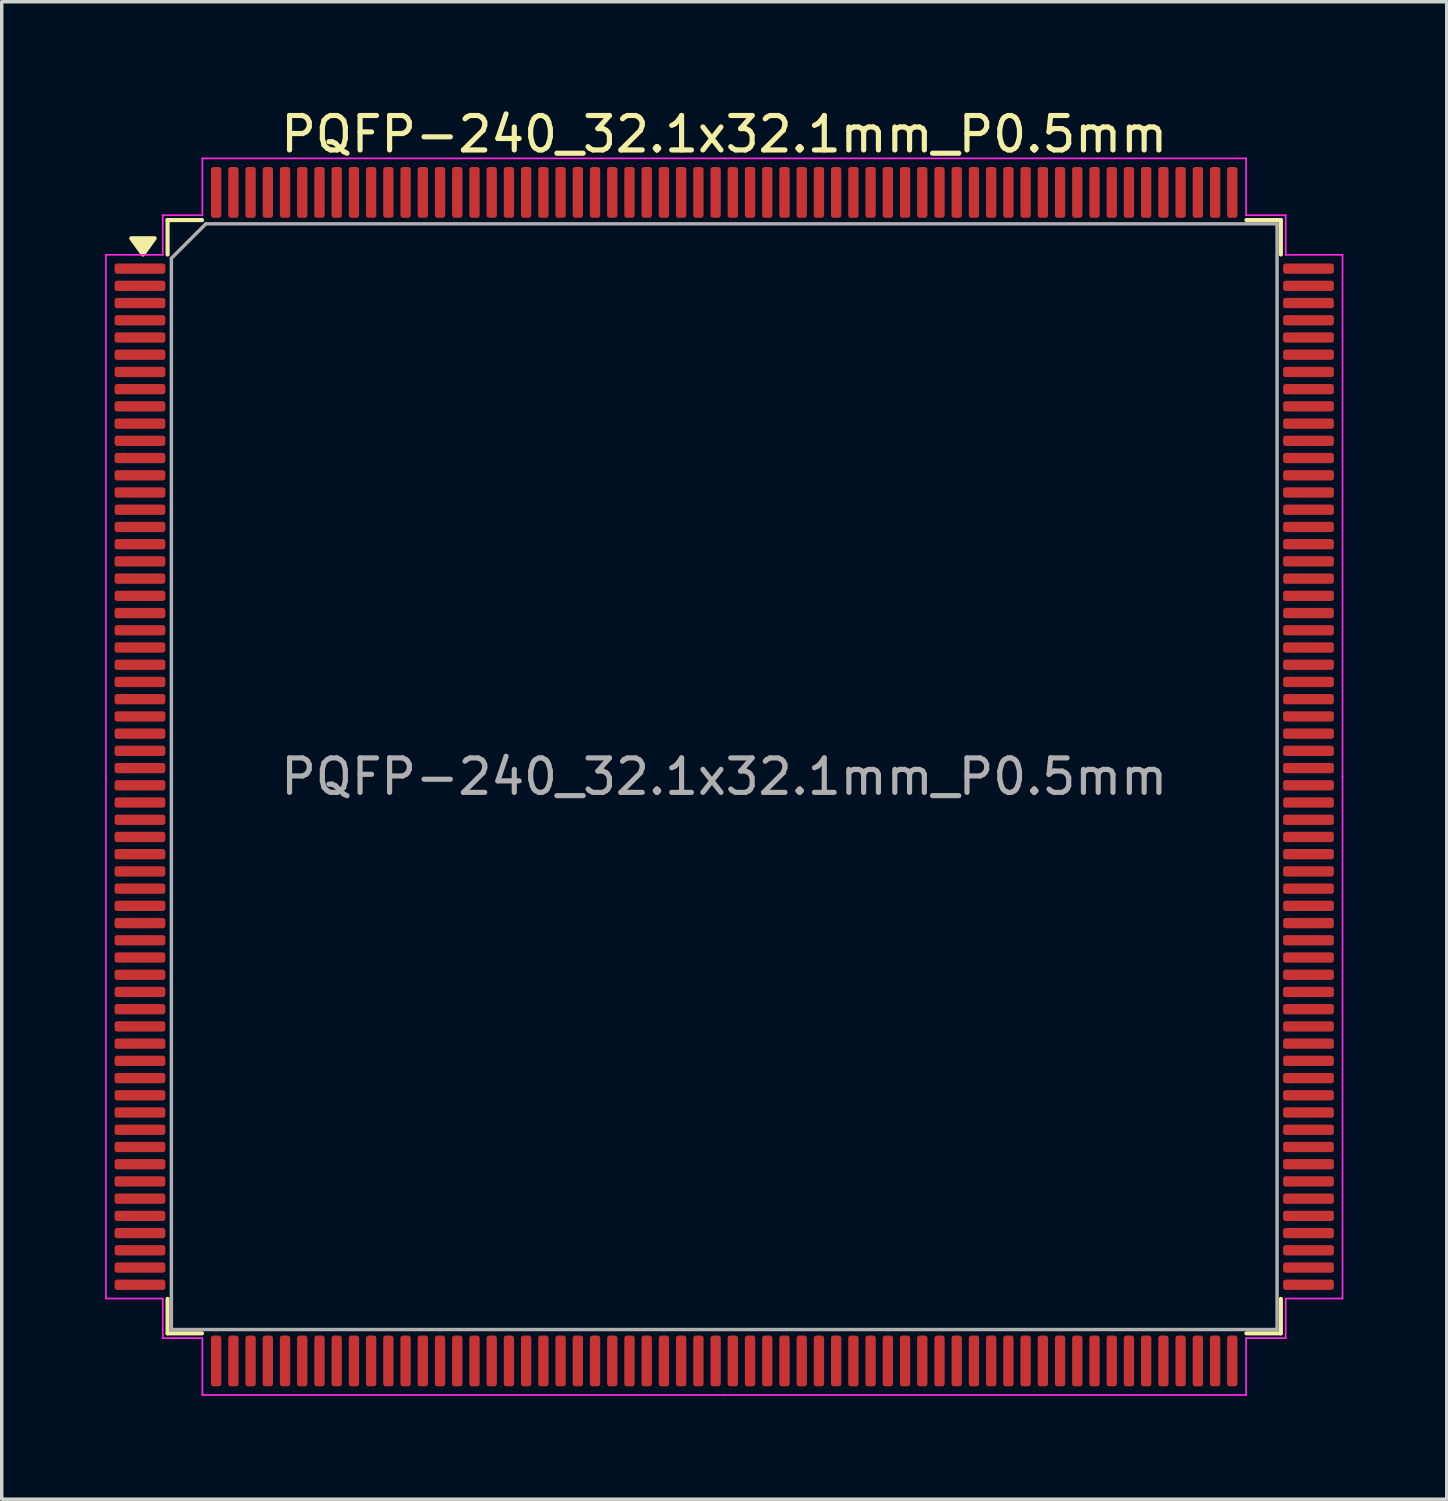
<source format=kicad_pcb>
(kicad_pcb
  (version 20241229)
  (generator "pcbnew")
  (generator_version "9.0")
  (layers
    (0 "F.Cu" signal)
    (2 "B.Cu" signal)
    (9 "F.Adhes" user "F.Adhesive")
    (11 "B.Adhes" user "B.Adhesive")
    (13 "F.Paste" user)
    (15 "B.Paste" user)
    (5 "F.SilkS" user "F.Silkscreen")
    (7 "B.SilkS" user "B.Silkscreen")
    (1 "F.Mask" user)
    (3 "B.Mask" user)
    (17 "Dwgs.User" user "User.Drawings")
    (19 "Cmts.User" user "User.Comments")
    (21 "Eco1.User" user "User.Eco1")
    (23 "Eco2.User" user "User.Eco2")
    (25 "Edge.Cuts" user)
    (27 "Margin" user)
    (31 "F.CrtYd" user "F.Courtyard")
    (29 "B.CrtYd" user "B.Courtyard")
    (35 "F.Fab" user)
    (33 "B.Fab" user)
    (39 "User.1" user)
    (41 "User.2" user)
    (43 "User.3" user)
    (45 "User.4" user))
  (footprint "PQFP-240_32.1x32.1mm_P0.5mm"
    (layer "F.Cu")
    (at 17.975 19.498)
    (property "Reference" "PQFP-240_32.1x32.1mm_P0.5mm" (at 0 -18.65 0) (layer "F.SilkS") (effects (font (size 1 1) (thickness 0.15))))
    (attr smd)
    (fp_line (start -16.16 -16.16) (end -16.16 -15.16) (stroke (width 0.12) (type solid)) (layer "F.SilkS"))
    (fp_line (start -16.16 16.16) (end -16.16 15.16) (stroke (width 0.12) (type solid)) (layer "F.SilkS"))
    (fp_line (start -15.16 -16.16) (end -16.16 -16.16) (stroke (width 0.12) (type solid)) (layer "F.SilkS"))
    (fp_line (start -15.16 16.16) (end -16.16 16.16) (stroke (width 0.12) (type solid)) (layer "F.SilkS"))
    (fp_line (start 15.16 -16.16) (end 16.16 -16.16) (stroke (width 0.12) (type solid)) (layer "F.SilkS"))
    (fp_line (start 15.16 16.16) (end 16.16 16.16) (stroke (width 0.12) (type solid)) (layer "F.SilkS"))
    (fp_line (start 16.16 -16.16) (end 16.16 -15.16) (stroke (width 0.12) (type solid)) (layer "F.SilkS"))
    (fp_line (start 16.16 16.16) (end 16.16 15.16) (stroke (width 0.12) (type solid)) (layer "F.SilkS"))
    (fp_poly (pts (xy -16.875 -15.16) (xy -17.215 -15.63) (xy -16.535 -15.63) (xy -16.875 -15.16)) (stroke (width 0.12) (type solid)) (fill yes) (layer "F.SilkS"))
    (fp_line (start -17.95 -15.15) (end -17.95 0) (stroke (width 0.05) (type solid)) (layer "F.CrtYd"))
    (fp_line (start -17.95 15.15) (end -17.95 0) (stroke (width 0.05) (type solid)) (layer "F.CrtYd"))
    (fp_line (start -16.3 -16.3) (end -16.3 -15.15) (stroke (width 0.05) (type solid)) (layer "F.CrtYd"))
    (fp_line (start -16.3 -15.15) (end -17.95 -15.15) (stroke (width 0.05) (type solid)) (layer "F.CrtYd"))
    (fp_line (start -16.3 15.15) (end -17.95 15.15) (stroke (width 0.05) (type solid)) (layer "F.CrtYd"))
    (fp_line (start -16.3 16.3) (end -16.3 15.15) (stroke (width 0.05) (type solid)) (layer "F.CrtYd"))
    (fp_line (start -15.15 -17.95) (end -15.15 -16.3) (stroke (width 0.05) (type solid)) (layer "F.CrtYd"))
    (fp_line (start -15.15 -16.3) (end -16.3 -16.3) (stroke (width 0.05) (type solid)) (layer "F.CrtYd"))
    (fp_line (start -15.15 16.3) (end -16.3 16.3) (stroke (width 0.05) (type solid)) (layer "F.CrtYd"))
    (fp_line (start -15.15 17.95) (end -15.15 16.3) (stroke (width 0.05) (type solid)) (layer "F.CrtYd"))
    (fp_line (start 0 -17.95) (end -15.15 -17.95) (stroke (width 0.05) (type solid)) (layer "F.CrtYd"))
    (fp_line (start 0 -17.95) (end 15.15 -17.95) (stroke (width 0.05) (type solid)) (layer "F.CrtYd"))
    (fp_line (start 0 17.95) (end -15.15 17.95) (stroke (width 0.05) (type solid)) (layer "F.CrtYd"))
    (fp_line (start 0 17.95) (end 15.15 17.95) (stroke (width 0.05) (type solid)) (layer "F.CrtYd"))
    (fp_line (start 15.15 -17.95) (end 15.15 -16.3) (stroke (width 0.05) (type solid)) (layer "F.CrtYd"))
    (fp_line (start 15.15 -16.3) (end 16.3 -16.3) (stroke (width 0.05) (type solid)) (layer "F.CrtYd"))
    (fp_line (start 15.15 16.3) (end 16.3 16.3) (stroke (width 0.05) (type solid)) (layer "F.CrtYd"))
    (fp_line (start 15.15 17.95) (end 15.15 16.3) (stroke (width 0.05) (type solid)) (layer "F.CrtYd"))
    (fp_line (start 16.3 -16.3) (end 16.3 -15.15) (stroke (width 0.05) (type solid)) (layer "F.CrtYd"))
    (fp_line (start 16.3 -15.15) (end 17.95 -15.15) (stroke (width 0.05) (type solid)) (layer "F.CrtYd"))
    (fp_line (start 16.3 15.15) (end 17.95 15.15) (stroke (width 0.05) (type solid)) (layer "F.CrtYd"))
    (fp_line (start 16.3 16.3) (end 16.3 15.15) (stroke (width 0.05) (type solid)) (layer "F.CrtYd"))
    (fp_line (start 17.95 -15.15) (end 17.95 0) (stroke (width 0.05) (type solid)) (layer "F.CrtYd"))
    (fp_line (start 17.95 15.15) (end 17.95 0) (stroke (width 0.05) (type solid)) (layer "F.CrtYd"))
    (fp_line (start -16.05 -15.05) (end -15.05 -16.05) (stroke (width 0.1) (type solid)) (layer "F.Fab"))
    (fp_line (start -16.05 16.05) (end -16.05 -15.05) (stroke (width 0.1) (type solid)) (layer "F.Fab"))
    (fp_line (start -15.05 -16.05) (end 16.05 -16.05) (stroke (width 0.1) (type solid)) (layer "F.Fab"))
    (fp_line (start 16.05 -16.05) (end 16.05 16.05) (stroke (width 0.1) (type solid)) (layer "F.Fab"))
    (fp_line (start 16.05 16.05) (end -16.05 16.05) (stroke (width 0.1) (type solid)) (layer "F.Fab"))
    (fp_text user "${REFERENCE}" (at 0 0 0) (layer "F.Fab") (effects (font (size 1 1) (thickness 0.15))))
    (pad "1" smd roundrect (at -16.962 -14.75) (size 1.475 0.3) (layers "F.Cu" "F.Mask" "F.Paste") (roundrect_rratio 0.25))
    (pad "2" smd roundrect (at -16.962 -14.25) (size 1.475 0.3) (layers "F.Cu" "F.Mask" "F.Paste") (roundrect_rratio 0.25))
    (pad "3" smd roundrect (at -16.962 -13.75) (size 1.475 0.3) (layers "F.Cu" "F.Mask" "F.Paste") (roundrect_rratio 0.25))
    (pad "4" smd roundrect (at -16.962 -13.25) (size 1.475 0.3) (layers "F.Cu" "F.Mask" "F.Paste") (roundrect_rratio 0.25))
    (pad "5" smd roundrect (at -16.962 -12.75) (size 1.475 0.3) (layers "F.Cu" "F.Mask" "F.Paste") (roundrect_rratio 0.25))
    (pad "6" smd roundrect (at -16.962 -12.25) (size 1.475 0.3) (layers "F.Cu" "F.Mask" "F.Paste") (roundrect_rratio 0.25))
    (pad "7" smd roundrect (at -16.962 -11.75) (size 1.475 0.3) (layers "F.Cu" "F.Mask" "F.Paste") (roundrect_rratio 0.25))
    (pad "8" smd roundrect (at -16.962 -11.25) (size 1.475 0.3) (layers "F.Cu" "F.Mask" "F.Paste") (roundrect_rratio 0.25))
    (pad "9" smd roundrect (at -16.962 -10.75) (size 1.475 0.3) (layers "F.Cu" "F.Mask" "F.Paste") (roundrect_rratio 0.25))
    (pad "10" smd roundrect (at -16.962 -10.25) (size 1.475 0.3) (layers "F.Cu" "F.Mask" "F.Paste") (roundrect_rratio 0.25))
    (pad "11" smd roundrect (at -16.962 -9.75) (size 1.475 0.3) (layers "F.Cu" "F.Mask" "F.Paste") (roundrect_rratio 0.25))
    (pad "12" smd roundrect (at -16.962 -9.25) (size 1.475 0.3) (layers "F.Cu" "F.Mask" "F.Paste") (roundrect_rratio 0.25))
    (pad "13" smd roundrect (at -16.962 -8.75) (size 1.475 0.3) (layers "F.Cu" "F.Mask" "F.Paste") (roundrect_rratio 0.25))
    (pad "14" smd roundrect (at -16.962 -8.25) (size 1.475 0.3) (layers "F.Cu" "F.Mask" "F.Paste") (roundrect_rratio 0.25))
    (pad "15" smd roundrect (at -16.962 -7.75) (size 1.475 0.3) (layers "F.Cu" "F.Mask" "F.Paste") (roundrect_rratio 0.25))
    (pad "16" smd roundrect (at -16.962 -7.25) (size 1.475 0.3) (layers "F.Cu" "F.Mask" "F.Paste") (roundrect_rratio 0.25))
    (pad "17" smd roundrect (at -16.962 -6.75) (size 1.475 0.3) (layers "F.Cu" "F.Mask" "F.Paste") (roundrect_rratio 0.25))
    (pad "18" smd roundrect (at -16.962 -6.25) (size 1.475 0.3) (layers "F.Cu" "F.Mask" "F.Paste") (roundrect_rratio 0.25))
    (pad "19" smd roundrect (at -16.962 -5.75) (size 1.475 0.3) (layers "F.Cu" "F.Mask" "F.Paste") (roundrect_rratio 0.25))
    (pad "20" smd roundrect (at -16.962 -5.25) (size 1.475 0.3) (layers "F.Cu" "F.Mask" "F.Paste") (roundrect_rratio 0.25))
    (pad "21" smd roundrect (at -16.962 -4.75) (size 1.475 0.3) (layers "F.Cu" "F.Mask" "F.Paste") (roundrect_rratio 0.25))
    (pad "22" smd roundrect (at -16.962 -4.25) (size 1.475 0.3) (layers "F.Cu" "F.Mask" "F.Paste") (roundrect_rratio 0.25))
    (pad "23" smd roundrect (at -16.962 -3.75) (size 1.475 0.3) (layers "F.Cu" "F.Mask" "F.Paste") (roundrect_rratio 0.25))
    (pad "24" smd roundrect (at -16.962 -3.25) (size 1.475 0.3) (layers "F.Cu" "F.Mask" "F.Paste") (roundrect_rratio 0.25))
    (pad "25" smd roundrect (at -16.962 -2.75) (size 1.475 0.3) (layers "F.Cu" "F.Mask" "F.Paste") (roundrect_rratio 0.25))
    (pad "26" smd roundrect (at -16.962 -2.25) (size 1.475 0.3) (layers "F.Cu" "F.Mask" "F.Paste") (roundrect_rratio 0.25))
    (pad "27" smd roundrect (at -16.962 -1.75) (size 1.475 0.3) (layers "F.Cu" "F.Mask" "F.Paste") (roundrect_rratio 0.25))
    (pad "28" smd roundrect (at -16.962 -1.25) (size 1.475 0.3) (layers "F.Cu" "F.Mask" "F.Paste") (roundrect_rratio 0.25))
    (pad "29" smd roundrect (at -16.962 -0.75) (size 1.475 0.3) (layers "F.Cu" "F.Mask" "F.Paste") (roundrect_rratio 0.25))
    (pad "30" smd roundrect (at -16.962 -0.25) (size 1.475 0.3) (layers "F.Cu" "F.Mask" "F.Paste") (roundrect_rratio 0.25))
    (pad "31" smd roundrect (at -16.962 0.25) (size 1.475 0.3) (layers "F.Cu" "F.Mask" "F.Paste") (roundrect_rratio 0.25))
    (pad "32" smd roundrect (at -16.962 0.75) (size 1.475 0.3) (layers "F.Cu" "F.Mask" "F.Paste") (roundrect_rratio 0.25))
    (pad "33" smd roundrect (at -16.962 1.25) (size 1.475 0.3) (layers "F.Cu" "F.Mask" "F.Paste") (roundrect_rratio 0.25))
    (pad "34" smd roundrect (at -16.962 1.75) (size 1.475 0.3) (layers "F.Cu" "F.Mask" "F.Paste") (roundrect_rratio 0.25))
    (pad "35" smd roundrect (at -16.962 2.25) (size 1.475 0.3) (layers "F.Cu" "F.Mask" "F.Paste") (roundrect_rratio 0.25))
    (pad "36" smd roundrect (at -16.962 2.75) (size 1.475 0.3) (layers "F.Cu" "F.Mask" "F.Paste") (roundrect_rratio 0.25))
    (pad "37" smd roundrect (at -16.962 3.25) (size 1.475 0.3) (layers "F.Cu" "F.Mask" "F.Paste") (roundrect_rratio 0.25))
    (pad "38" smd roundrect (at -16.962 3.75) (size 1.475 0.3) (layers "F.Cu" "F.Mask" "F.Paste") (roundrect_rratio 0.25))
    (pad "39" smd roundrect (at -16.962 4.25) (size 1.475 0.3) (layers "F.Cu" "F.Mask" "F.Paste") (roundrect_rratio 0.25))
    (pad "40" smd roundrect (at -16.962 4.75) (size 1.475 0.3) (layers "F.Cu" "F.Mask" "F.Paste") (roundrect_rratio 0.25))
    (pad "41" smd roundrect (at -16.962 5.25) (size 1.475 0.3) (layers "F.Cu" "F.Mask" "F.Paste") (roundrect_rratio 0.25))
    (pad "42" smd roundrect (at -16.962 5.75) (size 1.475 0.3) (layers "F.Cu" "F.Mask" "F.Paste") (roundrect_rratio 0.25))
    (pad "43" smd roundrect (at -16.962 6.25) (size 1.475 0.3) (layers "F.Cu" "F.Mask" "F.Paste") (roundrect_rratio 0.25))
    (pad "44" smd roundrect (at -16.962 6.75) (size 1.475 0.3) (layers "F.Cu" "F.Mask" "F.Paste") (roundrect_rratio 0.25))
    (pad "45" smd roundrect (at -16.962 7.25) (size 1.475 0.3) (layers "F.Cu" "F.Mask" "F.Paste") (roundrect_rratio 0.25))
    (pad "46" smd roundrect (at -16.962 7.75) (size 1.475 0.3) (layers "F.Cu" "F.Mask" "F.Paste") (roundrect_rratio 0.25))
    (pad "47" smd roundrect (at -16.962 8.25) (size 1.475 0.3) (layers "F.Cu" "F.Mask" "F.Paste") (roundrect_rratio 0.25))
    (pad "48" smd roundrect (at -16.962 8.75) (size 1.475 0.3) (layers "F.Cu" "F.Mask" "F.Paste") (roundrect_rratio 0.25))
    (pad "49" smd roundrect (at -16.962 9.25) (size 1.475 0.3) (layers "F.Cu" "F.Mask" "F.Paste") (roundrect_rratio 0.25))
    (pad "50" smd roundrect (at -16.962 9.75) (size 1.475 0.3) (layers "F.Cu" "F.Mask" "F.Paste") (roundrect_rratio 0.25))
    (pad "51" smd roundrect (at -16.962 10.25) (size 1.475 0.3) (layers "F.Cu" "F.Mask" "F.Paste") (roundrect_rratio 0.25))
    (pad "52" smd roundrect (at -16.962 10.75) (size 1.475 0.3) (layers "F.Cu" "F.Mask" "F.Paste") (roundrect_rratio 0.25))
    (pad "53" smd roundrect (at -16.962 11.25) (size 1.475 0.3) (layers "F.Cu" "F.Mask" "F.Paste") (roundrect_rratio 0.25))
    (pad "54" smd roundrect (at -16.962 11.75) (size 1.475 0.3) (layers "F.Cu" "F.Mask" "F.Paste") (roundrect_rratio 0.25))
    (pad "55" smd roundrect (at -16.962 12.25) (size 1.475 0.3) (layers "F.Cu" "F.Mask" "F.Paste") (roundrect_rratio 0.25))
    (pad "56" smd roundrect (at -16.962 12.75) (size 1.475 0.3) (layers "F.Cu" "F.Mask" "F.Paste") (roundrect_rratio 0.25))
    (pad "57" smd roundrect (at -16.962 13.25) (size 1.475 0.3) (layers "F.Cu" "F.Mask" "F.Paste") (roundrect_rratio 0.25))
    (pad "58" smd roundrect (at -16.962 13.75) (size 1.475 0.3) (layers "F.Cu" "F.Mask" "F.Paste") (roundrect_rratio 0.25))
    (pad "59" smd roundrect (at -16.962 14.25) (size 1.475 0.3) (layers "F.Cu" "F.Mask" "F.Paste") (roundrect_rratio 0.25))
    (pad "60" smd roundrect (at -16.962 14.75) (size 1.475 0.3) (layers "F.Cu" "F.Mask" "F.Paste") (roundrect_rratio 0.25))
    (pad "61" smd roundrect (at -14.75 16.962) (size 0.3 1.475) (layers "F.Cu" "F.Mask" "F.Paste") (roundrect_rratio 0.25))
    (pad "62" smd roundrect (at -14.25 16.962) (size 0.3 1.475) (layers "F.Cu" "F.Mask" "F.Paste") (roundrect_rratio 0.25))
    (pad "63" smd roundrect (at -13.75 16.962) (size 0.3 1.475) (layers "F.Cu" "F.Mask" "F.Paste") (roundrect_rratio 0.25))
    (pad "64" smd roundrect (at -13.25 16.962) (size 0.3 1.475) (layers "F.Cu" "F.Mask" "F.Paste") (roundrect_rratio 0.25))
    (pad "65" smd roundrect (at -12.75 16.962) (size 0.3 1.475) (layers "F.Cu" "F.Mask" "F.Paste") (roundrect_rratio 0.25))
    (pad "66" smd roundrect (at -12.25 16.962) (size 0.3 1.475) (layers "F.Cu" "F.Mask" "F.Paste") (roundrect_rratio 0.25))
    (pad "67" smd roundrect (at -11.75 16.962) (size 0.3 1.475) (layers "F.Cu" "F.Mask" "F.Paste") (roundrect_rratio 0.25))
    (pad "68" smd roundrect (at -11.25 16.962) (size 0.3 1.475) (layers "F.Cu" "F.Mask" "F.Paste") (roundrect_rratio 0.25))
    (pad "69" smd roundrect (at -10.75 16.962) (size 0.3 1.475) (layers "F.Cu" "F.Mask" "F.Paste") (roundrect_rratio 0.25))
    (pad "70" smd roundrect (at -10.25 16.962) (size 0.3 1.475) (layers "F.Cu" "F.Mask" "F.Paste") (roundrect_rratio 0.25))
    (pad "71" smd roundrect (at -9.75 16.962) (size 0.3 1.475) (layers "F.Cu" "F.Mask" "F.Paste") (roundrect_rratio 0.25))
    (pad "72" smd roundrect (at -9.25 16.962) (size 0.3 1.475) (layers "F.Cu" "F.Mask" "F.Paste") (roundrect_rratio 0.25))
    (pad "73" smd roundrect (at -8.75 16.962) (size 0.3 1.475) (layers "F.Cu" "F.Mask" "F.Paste") (roundrect_rratio 0.25))
    (pad "74" smd roundrect (at -8.25 16.962) (size 0.3 1.475) (layers "F.Cu" "F.Mask" "F.Paste") (roundrect_rratio 0.25))
    (pad "75" smd roundrect (at -7.75 16.962) (size 0.3 1.475) (layers "F.Cu" "F.Mask" "F.Paste") (roundrect_rratio 0.25))
    (pad "76" smd roundrect (at -7.25 16.962) (size 0.3 1.475) (layers "F.Cu" "F.Mask" "F.Paste") (roundrect_rratio 0.25))
    (pad "77" smd roundrect (at -6.75 16.962) (size 0.3 1.475) (layers "F.Cu" "F.Mask" "F.Paste") (roundrect_rratio 0.25))
    (pad "78" smd roundrect (at -6.25 16.962) (size 0.3 1.475) (layers "F.Cu" "F.Mask" "F.Paste") (roundrect_rratio 0.25))
    (pad "79" smd roundrect (at -5.75 16.962) (size 0.3 1.475) (layers "F.Cu" "F.Mask" "F.Paste") (roundrect_rratio 0.25))
    (pad "80" smd roundrect (at -5.25 16.962) (size 0.3 1.475) (layers "F.Cu" "F.Mask" "F.Paste") (roundrect_rratio 0.25))
    (pad "81" smd roundrect (at -4.75 16.962) (size 0.3 1.475) (layers "F.Cu" "F.Mask" "F.Paste") (roundrect_rratio 0.25))
    (pad "82" smd roundrect (at -4.25 16.962) (size 0.3 1.475) (layers "F.Cu" "F.Mask" "F.Paste") (roundrect_rratio 0.25))
    (pad "83" smd roundrect (at -3.75 16.962) (size 0.3 1.475) (layers "F.Cu" "F.Mask" "F.Paste") (roundrect_rratio 0.25))
    (pad "84" smd roundrect (at -3.25 16.962) (size 0.3 1.475) (layers "F.Cu" "F.Mask" "F.Paste") (roundrect_rratio 0.25))
    (pad "85" smd roundrect (at -2.75 16.962) (size 0.3 1.475) (layers "F.Cu" "F.Mask" "F.Paste") (roundrect_rratio 0.25))
    (pad "86" smd roundrect (at -2.25 16.962) (size 0.3 1.475) (layers "F.Cu" "F.Mask" "F.Paste") (roundrect_rratio 0.25))
    (pad "87" smd roundrect (at -1.75 16.962) (size 0.3 1.475) (layers "F.Cu" "F.Mask" "F.Paste") (roundrect_rratio 0.25))
    (pad "88" smd roundrect (at -1.25 16.962) (size 0.3 1.475) (layers "F.Cu" "F.Mask" "F.Paste") (roundrect_rratio 0.25))
    (pad "89" smd roundrect (at -0.75 16.962) (size 0.3 1.475) (layers "F.Cu" "F.Mask" "F.Paste") (roundrect_rratio 0.25))
    (pad "90" smd roundrect (at -0.25 16.962) (size 0.3 1.475) (layers "F.Cu" "F.Mask" "F.Paste") (roundrect_rratio 0.25))
    (pad "91" smd roundrect (at 0.25 16.962) (size 0.3 1.475) (layers "F.Cu" "F.Mask" "F.Paste") (roundrect_rratio 0.25))
    (pad "92" smd roundrect (at 0.75 16.962) (size 0.3 1.475) (layers "F.Cu" "F.Mask" "F.Paste") (roundrect_rratio 0.25))
    (pad "93" smd roundrect (at 1.25 16.962) (size 0.3 1.475) (layers "F.Cu" "F.Mask" "F.Paste") (roundrect_rratio 0.25))
    (pad "94" smd roundrect (at 1.75 16.962) (size 0.3 1.475) (layers "F.Cu" "F.Mask" "F.Paste") (roundrect_rratio 0.25))
    (pad "95" smd roundrect (at 2.25 16.962) (size 0.3 1.475) (layers "F.Cu" "F.Mask" "F.Paste") (roundrect_rratio 0.25))
    (pad "96" smd roundrect (at 2.75 16.962) (size 0.3 1.475) (layers "F.Cu" "F.Mask" "F.Paste") (roundrect_rratio 0.25))
    (pad "97" smd roundrect (at 3.25 16.962) (size 0.3 1.475) (layers "F.Cu" "F.Mask" "F.Paste") (roundrect_rratio 0.25))
    (pad "98" smd roundrect (at 3.75 16.962) (size 0.3 1.475) (layers "F.Cu" "F.Mask" "F.Paste") (roundrect_rratio 0.25))
    (pad "99" smd roundrect (at 4.25 16.962) (size 0.3 1.475) (layers "F.Cu" "F.Mask" "F.Paste") (roundrect_rratio 0.25))
    (pad "100" smd roundrect (at 4.75 16.962) (size 0.3 1.475) (layers "F.Cu" "F.Mask" "F.Paste") (roundrect_rratio 0.25))
    (pad "101" smd roundrect (at 5.25 16.962) (size 0.3 1.475) (layers "F.Cu" "F.Mask" "F.Paste") (roundrect_rratio 0.25))
    (pad "102" smd roundrect (at 5.75 16.962) (size 0.3 1.475) (layers "F.Cu" "F.Mask" "F.Paste") (roundrect_rratio 0.25))
    (pad "103" smd roundrect (at 6.25 16.962) (size 0.3 1.475) (layers "F.Cu" "F.Mask" "F.Paste") (roundrect_rratio 0.25))
    (pad "104" smd roundrect (at 6.75 16.962) (size 0.3 1.475) (layers "F.Cu" "F.Mask" "F.Paste") (roundrect_rratio 0.25))
    (pad "105" smd roundrect (at 7.25 16.962) (size 0.3 1.475) (layers "F.Cu" "F.Mask" "F.Paste") (roundrect_rratio 0.25))
    (pad "106" smd roundrect (at 7.75 16.962) (size 0.3 1.475) (layers "F.Cu" "F.Mask" "F.Paste") (roundrect_rratio 0.25))
    (pad "107" smd roundrect (at 8.25 16.962) (size 0.3 1.475) (layers "F.Cu" "F.Mask" "F.Paste") (roundrect_rratio 0.25))
    (pad "108" smd roundrect (at 8.75 16.962) (size 0.3 1.475) (layers "F.Cu" "F.Mask" "F.Paste") (roundrect_rratio 0.25))
    (pad "109" smd roundrect (at 9.25 16.962) (size 0.3 1.475) (layers "F.Cu" "F.Mask" "F.Paste") (roundrect_rratio 0.25))
    (pad "110" smd roundrect (at 9.75 16.962) (size 0.3 1.475) (layers "F.Cu" "F.Mask" "F.Paste") (roundrect_rratio 0.25))
    (pad "111" smd roundrect (at 10.25 16.962) (size 0.3 1.475) (layers "F.Cu" "F.Mask" "F.Paste") (roundrect_rratio 0.25))
    (pad "112" smd roundrect (at 10.75 16.962) (size 0.3 1.475) (layers "F.Cu" "F.Mask" "F.Paste") (roundrect_rratio 0.25))
    (pad "113" smd roundrect (at 11.25 16.962) (size 0.3 1.475) (layers "F.Cu" "F.Mask" "F.Paste") (roundrect_rratio 0.25))
    (pad "114" smd roundrect (at 11.75 16.962) (size 0.3 1.475) (layers "F.Cu" "F.Mask" "F.Paste") (roundrect_rratio 0.25))
    (pad "115" smd roundrect (at 12.25 16.962) (size 0.3 1.475) (layers "F.Cu" "F.Mask" "F.Paste") (roundrect_rratio 0.25))
    (pad "116" smd roundrect (at 12.75 16.962) (size 0.3 1.475) (layers "F.Cu" "F.Mask" "F.Paste") (roundrect_rratio 0.25))
    (pad "117" smd roundrect (at 13.25 16.962) (size 0.3 1.475) (layers "F.Cu" "F.Mask" "F.Paste") (roundrect_rratio 0.25))
    (pad "118" smd roundrect (at 13.75 16.962) (size 0.3 1.475) (layers "F.Cu" "F.Mask" "F.Paste") (roundrect_rratio 0.25))
    (pad "119" smd roundrect (at 14.25 16.962) (size 0.3 1.475) (layers "F.Cu" "F.Mask" "F.Paste") (roundrect_rratio 0.25))
    (pad "120" smd roundrect (at 14.75 16.962) (size 0.3 1.475) (layers "F.Cu" "F.Mask" "F.Paste") (roundrect_rratio 0.25))
    (pad "121" smd roundrect (at 16.962 14.75) (size 1.475 0.3) (layers "F.Cu" "F.Mask" "F.Paste") (roundrect_rratio 0.25))
    (pad "122" smd roundrect (at 16.962 14.25) (size 1.475 0.3) (layers "F.Cu" "F.Mask" "F.Paste") (roundrect_rratio 0.25))
    (pad "123" smd roundrect (at 16.962 13.75) (size 1.475 0.3) (layers "F.Cu" "F.Mask" "F.Paste") (roundrect_rratio 0.25))
    (pad "124" smd roundrect (at 16.962 13.25) (size 1.475 0.3) (layers "F.Cu" "F.Mask" "F.Paste") (roundrect_rratio 0.25))
    (pad "125" smd roundrect (at 16.962 12.75) (size 1.475 0.3) (layers "F.Cu" "F.Mask" "F.Paste") (roundrect_rratio 0.25))
    (pad "126" smd roundrect (at 16.962 12.25) (size 1.475 0.3) (layers "F.Cu" "F.Mask" "F.Paste") (roundrect_rratio 0.25))
    (pad "127" smd roundrect (at 16.962 11.75) (size 1.475 0.3) (layers "F.Cu" "F.Mask" "F.Paste") (roundrect_rratio 0.25))
    (pad "128" smd roundrect (at 16.962 11.25) (size 1.475 0.3) (layers "F.Cu" "F.Mask" "F.Paste") (roundrect_rratio 0.25))
    (pad "129" smd roundrect (at 16.962 10.75) (size 1.475 0.3) (layers "F.Cu" "F.Mask" "F.Paste") (roundrect_rratio 0.25))
    (pad "130" smd roundrect (at 16.962 10.25) (size 1.475 0.3) (layers "F.Cu" "F.Mask" "F.Paste") (roundrect_rratio 0.25))
    (pad "131" smd roundrect (at 16.962 9.75) (size 1.475 0.3) (layers "F.Cu" "F.Mask" "F.Paste") (roundrect_rratio 0.25))
    (pad "132" smd roundrect (at 16.962 9.25) (size 1.475 0.3) (layers "F.Cu" "F.Mask" "F.Paste") (roundrect_rratio 0.25))
    (pad "133" smd roundrect (at 16.962 8.75) (size 1.475 0.3) (layers "F.Cu" "F.Mask" "F.Paste") (roundrect_rratio 0.25))
    (pad "134" smd roundrect (at 16.962 8.25) (size 1.475 0.3) (layers "F.Cu" "F.Mask" "F.Paste") (roundrect_rratio 0.25))
    (pad "135" smd roundrect (at 16.962 7.75) (size 1.475 0.3) (layers "F.Cu" "F.Mask" "F.Paste") (roundrect_rratio 0.25))
    (pad "136" smd roundrect (at 16.962 7.25) (size 1.475 0.3) (layers "F.Cu" "F.Mask" "F.Paste") (roundrect_rratio 0.25))
    (pad "137" smd roundrect (at 16.962 6.75) (size 1.475 0.3) (layers "F.Cu" "F.Mask" "F.Paste") (roundrect_rratio 0.25))
    (pad "138" smd roundrect (at 16.962 6.25) (size 1.475 0.3) (layers "F.Cu" "F.Mask" "F.Paste") (roundrect_rratio 0.25))
    (pad "139" smd roundrect (at 16.962 5.75) (size 1.475 0.3) (layers "F.Cu" "F.Mask" "F.Paste") (roundrect_rratio 0.25))
    (pad "140" smd roundrect (at 16.962 5.25) (size 1.475 0.3) (layers "F.Cu" "F.Mask" "F.Paste") (roundrect_rratio 0.25))
    (pad "141" smd roundrect (at 16.962 4.75) (size 1.475 0.3) (layers "F.Cu" "F.Mask" "F.Paste") (roundrect_rratio 0.25))
    (pad "142" smd roundrect (at 16.962 4.25) (size 1.475 0.3) (layers "F.Cu" "F.Mask" "F.Paste") (roundrect_rratio 0.25))
    (pad "143" smd roundrect (at 16.962 3.75) (size 1.475 0.3) (layers "F.Cu" "F.Mask" "F.Paste") (roundrect_rratio 0.25))
    (pad "144" smd roundrect (at 16.962 3.25) (size 1.475 0.3) (layers "F.Cu" "F.Mask" "F.Paste") (roundrect_rratio 0.25))
    (pad "145" smd roundrect (at 16.962 2.75) (size 1.475 0.3) (layers "F.Cu" "F.Mask" "F.Paste") (roundrect_rratio 0.25))
    (pad "146" smd roundrect (at 16.962 2.25) (size 1.475 0.3) (layers "F.Cu" "F.Mask" "F.Paste") (roundrect_rratio 0.25))
    (pad "147" smd roundrect (at 16.962 1.75) (size 1.475 0.3) (layers "F.Cu" "F.Mask" "F.Paste") (roundrect_rratio 0.25))
    (pad "148" smd roundrect (at 16.962 1.25) (size 1.475 0.3) (layers "F.Cu" "F.Mask" "F.Paste") (roundrect_rratio 0.25))
    (pad "149" smd roundrect (at 16.962 0.75) (size 1.475 0.3) (layers "F.Cu" "F.Mask" "F.Paste") (roundrect_rratio 0.25))
    (pad "150" smd roundrect (at 16.962 0.25) (size 1.475 0.3) (layers "F.Cu" "F.Mask" "F.Paste") (roundrect_rratio 0.25))
    (pad "151" smd roundrect (at 16.962 -0.25) (size 1.475 0.3) (layers "F.Cu" "F.Mask" "F.Paste") (roundrect_rratio 0.25))
    (pad "152" smd roundrect (at 16.962 -0.75) (size 1.475 0.3) (layers "F.Cu" "F.Mask" "F.Paste") (roundrect_rratio 0.25))
    (pad "153" smd roundrect (at 16.962 -1.25) (size 1.475 0.3) (layers "F.Cu" "F.Mask" "F.Paste") (roundrect_rratio 0.25))
    (pad "154" smd roundrect (at 16.962 -1.75) (size 1.475 0.3) (layers "F.Cu" "F.Mask" "F.Paste") (roundrect_rratio 0.25))
    (pad "155" smd roundrect (at 16.962 -2.25) (size 1.475 0.3) (layers "F.Cu" "F.Mask" "F.Paste") (roundrect_rratio 0.25))
    (pad "156" smd roundrect (at 16.962 -2.75) (size 1.475 0.3) (layers "F.Cu" "F.Mask" "F.Paste") (roundrect_rratio 0.25))
    (pad "157" smd roundrect (at 16.962 -3.25) (size 1.475 0.3) (layers "F.Cu" "F.Mask" "F.Paste") (roundrect_rratio 0.25))
    (pad "158" smd roundrect (at 16.962 -3.75) (size 1.475 0.3) (layers "F.Cu" "F.Mask" "F.Paste") (roundrect_rratio 0.25))
    (pad "159" smd roundrect (at 16.962 -4.25) (size 1.475 0.3) (layers "F.Cu" "F.Mask" "F.Paste") (roundrect_rratio 0.25))
    (pad "160" smd roundrect (at 16.962 -4.75) (size 1.475 0.3) (layers "F.Cu" "F.Mask" "F.Paste") (roundrect_rratio 0.25))
    (pad "161" smd roundrect (at 16.962 -5.25) (size 1.475 0.3) (layers "F.Cu" "F.Mask" "F.Paste") (roundrect_rratio 0.25))
    (pad "162" smd roundrect (at 16.962 -5.75) (size 1.475 0.3) (layers "F.Cu" "F.Mask" "F.Paste") (roundrect_rratio 0.25))
    (pad "163" smd roundrect (at 16.962 -6.25) (size 1.475 0.3) (layers "F.Cu" "F.Mask" "F.Paste") (roundrect_rratio 0.25))
    (pad "164" smd roundrect (at 16.962 -6.75) (size 1.475 0.3) (layers "F.Cu" "F.Mask" "F.Paste") (roundrect_rratio 0.25))
    (pad "165" smd roundrect (at 16.962 -7.25) (size 1.475 0.3) (layers "F.Cu" "F.Mask" "F.Paste") (roundrect_rratio 0.25))
    (pad "166" smd roundrect (at 16.962 -7.75) (size 1.475 0.3) (layers "F.Cu" "F.Mask" "F.Paste") (roundrect_rratio 0.25))
    (pad "167" smd roundrect (at 16.962 -8.25) (size 1.475 0.3) (layers "F.Cu" "F.Mask" "F.Paste") (roundrect_rratio 0.25))
    (pad "168" smd roundrect (at 16.962 -8.75) (size 1.475 0.3) (layers "F.Cu" "F.Mask" "F.Paste") (roundrect_rratio 0.25))
    (pad "169" smd roundrect (at 16.962 -9.25) (size 1.475 0.3) (layers "F.Cu" "F.Mask" "F.Paste") (roundrect_rratio 0.25))
    (pad "170" smd roundrect (at 16.962 -9.75) (size 1.475 0.3) (layers "F.Cu" "F.Mask" "F.Paste") (roundrect_rratio 0.25))
    (pad "171" smd roundrect (at 16.962 -10.25) (size 1.475 0.3) (layers "F.Cu" "F.Mask" "F.Paste") (roundrect_rratio 0.25))
    (pad "172" smd roundrect (at 16.962 -10.75) (size 1.475 0.3) (layers "F.Cu" "F.Mask" "F.Paste") (roundrect_rratio 0.25))
    (pad "173" smd roundrect (at 16.962 -11.25) (size 1.475 0.3) (layers "F.Cu" "F.Mask" "F.Paste") (roundrect_rratio 0.25))
    (pad "174" smd roundrect (at 16.962 -11.75) (size 1.475 0.3) (layers "F.Cu" "F.Mask" "F.Paste") (roundrect_rratio 0.25))
    (pad "175" smd roundrect (at 16.962 -12.25) (size 1.475 0.3) (layers "F.Cu" "F.Mask" "F.Paste") (roundrect_rratio 0.25))
    (pad "176" smd roundrect (at 16.962 -12.75) (size 1.475 0.3) (layers "F.Cu" "F.Mask" "F.Paste") (roundrect_rratio 0.25))
    (pad "177" smd roundrect (at 16.962 -13.25) (size 1.475 0.3) (layers "F.Cu" "F.Mask" "F.Paste") (roundrect_rratio 0.25))
    (pad "178" smd roundrect (at 16.962 -13.75) (size 1.475 0.3) (layers "F.Cu" "F.Mask" "F.Paste") (roundrect_rratio 0.25))
    (pad "179" smd roundrect (at 16.962 -14.25) (size 1.475 0.3) (layers "F.Cu" "F.Mask" "F.Paste") (roundrect_rratio 0.25))
    (pad "180" smd roundrect (at 16.962 -14.75) (size 1.475 0.3) (layers "F.Cu" "F.Mask" "F.Paste") (roundrect_rratio 0.25))
    (pad "181" smd roundrect (at 14.75 -16.962) (size 0.3 1.475) (layers "F.Cu" "F.Mask" "F.Paste") (roundrect_rratio 0.25))
    (pad "182" smd roundrect (at 14.25 -16.962) (size 0.3 1.475) (layers "F.Cu" "F.Mask" "F.Paste") (roundrect_rratio 0.25))
    (pad "183" smd roundrect (at 13.75 -16.962) (size 0.3 1.475) (layers "F.Cu" "F.Mask" "F.Paste") (roundrect_rratio 0.25))
    (pad "184" smd roundrect (at 13.25 -16.962) (size 0.3 1.475) (layers "F.Cu" "F.Mask" "F.Paste") (roundrect_rratio 0.25))
    (pad "185" smd roundrect (at 12.75 -16.962) (size 0.3 1.475) (layers "F.Cu" "F.Mask" "F.Paste") (roundrect_rratio 0.25))
    (pad "186" smd roundrect (at 12.25 -16.962) (size 0.3 1.475) (layers "F.Cu" "F.Mask" "F.Paste") (roundrect_rratio 0.25))
    (pad "187" smd roundrect (at 11.75 -16.962) (size 0.3 1.475) (layers "F.Cu" "F.Mask" "F.Paste") (roundrect_rratio 0.25))
    (pad "188" smd roundrect (at 11.25 -16.962) (size 0.3 1.475) (layers "F.Cu" "F.Mask" "F.Paste") (roundrect_rratio 0.25))
    (pad "189" smd roundrect (at 10.75 -16.962) (size 0.3 1.475) (layers "F.Cu" "F.Mask" "F.Paste") (roundrect_rratio 0.25))
    (pad "190" smd roundrect (at 10.25 -16.962) (size 0.3 1.475) (layers "F.Cu" "F.Mask" "F.Paste") (roundrect_rratio 0.25))
    (pad "191" smd roundrect (at 9.75 -16.962) (size 0.3 1.475) (layers "F.Cu" "F.Mask" "F.Paste") (roundrect_rratio 0.25))
    (pad "192" smd roundrect (at 9.25 -16.962) (size 0.3 1.475) (layers "F.Cu" "F.Mask" "F.Paste") (roundrect_rratio 0.25))
    (pad "193" smd roundrect (at 8.75 -16.962) (size 0.3 1.475) (layers "F.Cu" "F.Mask" "F.Paste") (roundrect_rratio 0.25))
    (pad "194" smd roundrect (at 8.25 -16.962) (size 0.3 1.475) (layers "F.Cu" "F.Mask" "F.Paste") (roundrect_rratio 0.25))
    (pad "195" smd roundrect (at 7.75 -16.962) (size 0.3 1.475) (layers "F.Cu" "F.Mask" "F.Paste") (roundrect_rratio 0.25))
    (pad "196" smd roundrect (at 7.25 -16.962) (size 0.3 1.475) (layers "F.Cu" "F.Mask" "F.Paste") (roundrect_rratio 0.25))
    (pad "197" smd roundrect (at 6.75 -16.962) (size 0.3 1.475) (layers "F.Cu" "F.Mask" "F.Paste") (roundrect_rratio 0.25))
    (pad "198" smd roundrect (at 6.25 -16.962) (size 0.3 1.475) (layers "F.Cu" "F.Mask" "F.Paste") (roundrect_rratio 0.25))
    (pad "199" smd roundrect (at 5.75 -16.962) (size 0.3 1.475) (layers "F.Cu" "F.Mask" "F.Paste") (roundrect_rratio 0.25))
    (pad "200" smd roundrect (at 5.25 -16.962) (size 0.3 1.475) (layers "F.Cu" "F.Mask" "F.Paste") (roundrect_rratio 0.25))
    (pad "201" smd roundrect (at 4.75 -16.962) (size 0.3 1.475) (layers "F.Cu" "F.Mask" "F.Paste") (roundrect_rratio 0.25))
    (pad "202" smd roundrect (at 4.25 -16.962) (size 0.3 1.475) (layers "F.Cu" "F.Mask" "F.Paste") (roundrect_rratio 0.25))
    (pad "203" smd roundrect (at 3.75 -16.962) (size 0.3 1.475) (layers "F.Cu" "F.Mask" "F.Paste") (roundrect_rratio 0.25))
    (pad "204" smd roundrect (at 3.25 -16.962) (size 0.3 1.475) (layers "F.Cu" "F.Mask" "F.Paste") (roundrect_rratio 0.25))
    (pad "205" smd roundrect (at 2.75 -16.962) (size 0.3 1.475) (layers "F.Cu" "F.Mask" "F.Paste") (roundrect_rratio 0.25))
    (pad "206" smd roundrect (at 2.25 -16.962) (size 0.3 1.475) (layers "F.Cu" "F.Mask" "F.Paste") (roundrect_rratio 0.25))
    (pad "207" smd roundrect (at 1.75 -16.962) (size 0.3 1.475) (layers "F.Cu" "F.Mask" "F.Paste") (roundrect_rratio 0.25))
    (pad "208" smd roundrect (at 1.25 -16.962) (size 0.3 1.475) (layers "F.Cu" "F.Mask" "F.Paste") (roundrect_rratio 0.25))
    (pad "209" smd roundrect (at 0.75 -16.962) (size 0.3 1.475) (layers "F.Cu" "F.Mask" "F.Paste") (roundrect_rratio 0.25))
    (pad "210" smd roundrect (at 0.25 -16.962) (size 0.3 1.475) (layers "F.Cu" "F.Mask" "F.Paste") (roundrect_rratio 0.25))
    (pad "211" smd roundrect (at -0.25 -16.962) (size 0.3 1.475) (layers "F.Cu" "F.Mask" "F.Paste") (roundrect_rratio 0.25))
    (pad "212" smd roundrect (at -0.75 -16.962) (size 0.3 1.475) (layers "F.Cu" "F.Mask" "F.Paste") (roundrect_rratio 0.25))
    (pad "213" smd roundrect (at -1.25 -16.962) (size 0.3 1.475) (layers "F.Cu" "F.Mask" "F.Paste") (roundrect_rratio 0.25))
    (pad "214" smd roundrect (at -1.75 -16.962) (size 0.3 1.475) (layers "F.Cu" "F.Mask" "F.Paste") (roundrect_rratio 0.25))
    (pad "215" smd roundrect (at -2.25 -16.962) (size 0.3 1.475) (layers "F.Cu" "F.Mask" "F.Paste") (roundrect_rratio 0.25))
    (pad "216" smd roundrect (at -2.75 -16.962) (size 0.3 1.475) (layers "F.Cu" "F.Mask" "F.Paste") (roundrect_rratio 0.25))
    (pad "217" smd roundrect (at -3.25 -16.962) (size 0.3 1.475) (layers "F.Cu" "F.Mask" "F.Paste") (roundrect_rratio 0.25))
    (pad "218" smd roundrect (at -3.75 -16.962) (size 0.3 1.475) (layers "F.Cu" "F.Mask" "F.Paste") (roundrect_rratio 0.25))
    (pad "219" smd roundrect (at -4.25 -16.962) (size 0.3 1.475) (layers "F.Cu" "F.Mask" "F.Paste") (roundrect_rratio 0.25))
    (pad "220" smd roundrect (at -4.75 -16.962) (size 0.3 1.475) (layers "F.Cu" "F.Mask" "F.Paste") (roundrect_rratio 0.25))
    (pad "221" smd roundrect (at -5.25 -16.962) (size 0.3 1.475) (layers "F.Cu" "F.Mask" "F.Paste") (roundrect_rratio 0.25))
    (pad "222" smd roundrect (at -5.75 -16.962) (size 0.3 1.475) (layers "F.Cu" "F.Mask" "F.Paste") (roundrect_rratio 0.25))
    (pad "223" smd roundrect (at -6.25 -16.962) (size 0.3 1.475) (layers "F.Cu" "F.Mask" "F.Paste") (roundrect_rratio 0.25))
    (pad "224" smd roundrect (at -6.75 -16.962) (size 0.3 1.475) (layers "F.Cu" "F.Mask" "F.Paste") (roundrect_rratio 0.25))
    (pad "225" smd roundrect (at -7.25 -16.962) (size 0.3 1.475) (layers "F.Cu" "F.Mask" "F.Paste") (roundrect_rratio 0.25))
    (pad "226" smd roundrect (at -7.75 -16.962) (size 0.3 1.475) (layers "F.Cu" "F.Mask" "F.Paste") (roundrect_rratio 0.25))
    (pad "227" smd roundrect (at -8.25 -16.962) (size 0.3 1.475) (layers "F.Cu" "F.Mask" "F.Paste") (roundrect_rratio 0.25))
    (pad "228" smd roundrect (at -8.75 -16.962) (size 0.3 1.475) (layers "F.Cu" "F.Mask" "F.Paste") (roundrect_rratio 0.25))
    (pad "229" smd roundrect (at -9.25 -16.962) (size 0.3 1.475) (layers "F.Cu" "F.Mask" "F.Paste") (roundrect_rratio 0.25))
    (pad "230" smd roundrect (at -9.75 -16.962) (size 0.3 1.475) (layers "F.Cu" "F.Mask" "F.Paste") (roundrect_rratio 0.25))
    (pad "231" smd roundrect (at -10.25 -16.962) (size 0.3 1.475) (layers "F.Cu" "F.Mask" "F.Paste") (roundrect_rratio 0.25))
    (pad "232" smd roundrect (at -10.75 -16.962) (size 0.3 1.475) (layers "F.Cu" "F.Mask" "F.Paste") (roundrect_rratio 0.25))
    (pad "233" smd roundrect (at -11.25 -16.962) (size 0.3 1.475) (layers "F.Cu" "F.Mask" "F.Paste") (roundrect_rratio 0.25))
    (pad "234" smd roundrect (at -11.75 -16.962) (size 0.3 1.475) (layers "F.Cu" "F.Mask" "F.Paste") (roundrect_rratio 0.25))
    (pad "235" smd roundrect (at -12.25 -16.962) (size 0.3 1.475) (layers "F.Cu" "F.Mask" "F.Paste") (roundrect_rratio 0.25))
    (pad "236" smd roundrect (at -12.75 -16.962) (size 0.3 1.475) (layers "F.Cu" "F.Mask" "F.Paste") (roundrect_rratio 0.25))
    (pad "237" smd roundrect (at -13.25 -16.962) (size 0.3 1.475) (layers "F.Cu" "F.Mask" "F.Paste") (roundrect_rratio 0.25))
    (pad "238" smd roundrect (at -13.75 -16.962) (size 0.3 1.475) (layers "F.Cu" "F.Mask" "F.Paste") (roundrect_rratio 0.25))
    (pad "239" smd roundrect (at -14.25 -16.962) (size 0.3 1.475) (layers "F.Cu" "F.Mask" "F.Paste") (roundrect_rratio 0.25))
    (pad "240" smd roundrect (at -14.75 -16.962) (size 0.3 1.475) (layers "F.Cu" "F.Mask" "F.Paste") (roundrect_rratio 0.25)))
  (gr_rect
    (start -3 -3)
    (end 38.95 40.473)
    (stroke (width 0.1) (type default))
    (fill no)
    (layer "Edge.Cuts")))
</source>
